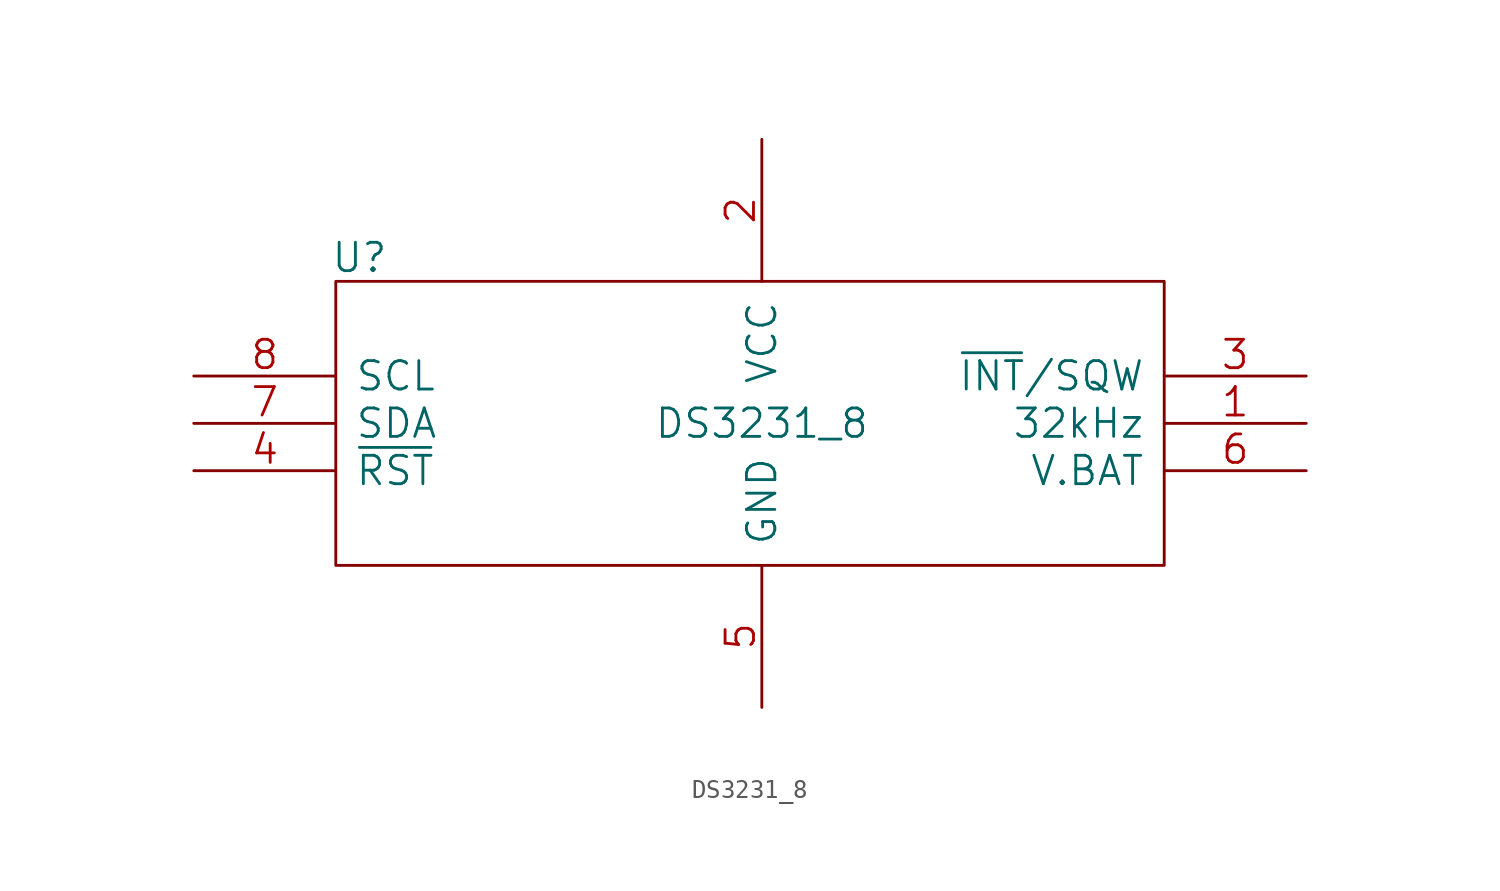
<source format=kicad_sym>
(kicad_symbol_lib
  (version 20211014)
  (generator kicad_symbol_editor)
  (symbol "DS3231_8"
    (pin_names
      (offset 1.016))
    (property "Reference" "U"
      (at -21.59 13.97 0)
      (effects (font (size 1.524 1.524))))
    (property "Value" "DS3231_8"
      (at 0 5.08 0)
      (effects (font (size 1.524 1.524))))
    (property "Footprint" ""
      (at 0 -2.54 0)
      (effects (font (size 1.524 1.524))))
    (property "Datasheet" ""
      (at 0 -2.54 0)
      (effects (font (size 1.524 1.524))))
    (symbol "DS3231_8_0_1"
      (rectangle (start -22.86 12.7) (end 21.59 -2.54) (stroke (width 0) (type default) (color 0 0 0 0)) (fill (type none))))
    (symbol "DS3231_8_1_1"
      (pin bidirectional line (at 29.21 5.08 180) (length 7.62) (name "32kHz" (effects (font (size 1.524 1.524)))) (number "1" (effects (font (size 1.524 1.524)))))
      (pin power_in line (at 0 20.32 270) (length 7.62) (name "VCC" (effects (font (size 1.524 1.524)))) (number "2" (effects (font (size 1.524 1.524)))))
      (pin bidirectional line (at 29.21 7.62 180) (length 7.62) (name "~{INT}/SQW" (effects (font (size 1.524 1.524)))) (number "3" (effects (font (size 1.524 1.524)))))
      (pin bidirectional line (at -30.48 2.54 0) (length 7.62) (name "~{RST}" (effects (font (size 1.524 1.524)))) (number "4" (effects (font (size 1.524 1.524)))))
      (pin power_in line (at 0 -10.16 90) (length 7.62) (name "GND" (effects (font (size 1.524 1.524)))) (number "5" (effects (font (size 1.524 1.524)))))
      (pin power_in line (at 29.21 2.54 180) (length 7.62) (name "V.BAT" (effects (font (size 1.524 1.524)))) (number "6" (effects (font (size 1.524 1.524)))))
      (pin bidirectional line (at -30.48 5.08 0) (length 7.62) (name "SDA" (effects (font (size 1.524 1.524)))) (number "7" (effects (font (size 1.524 1.524)))))
      (pin bidirectional line (at -30.48 7.62 0) (length 7.62) (name "SCL" (effects (font (size 1.524 1.524)))) (number "8" (effects (font (size 1.524 1.524))))))))
</source>
